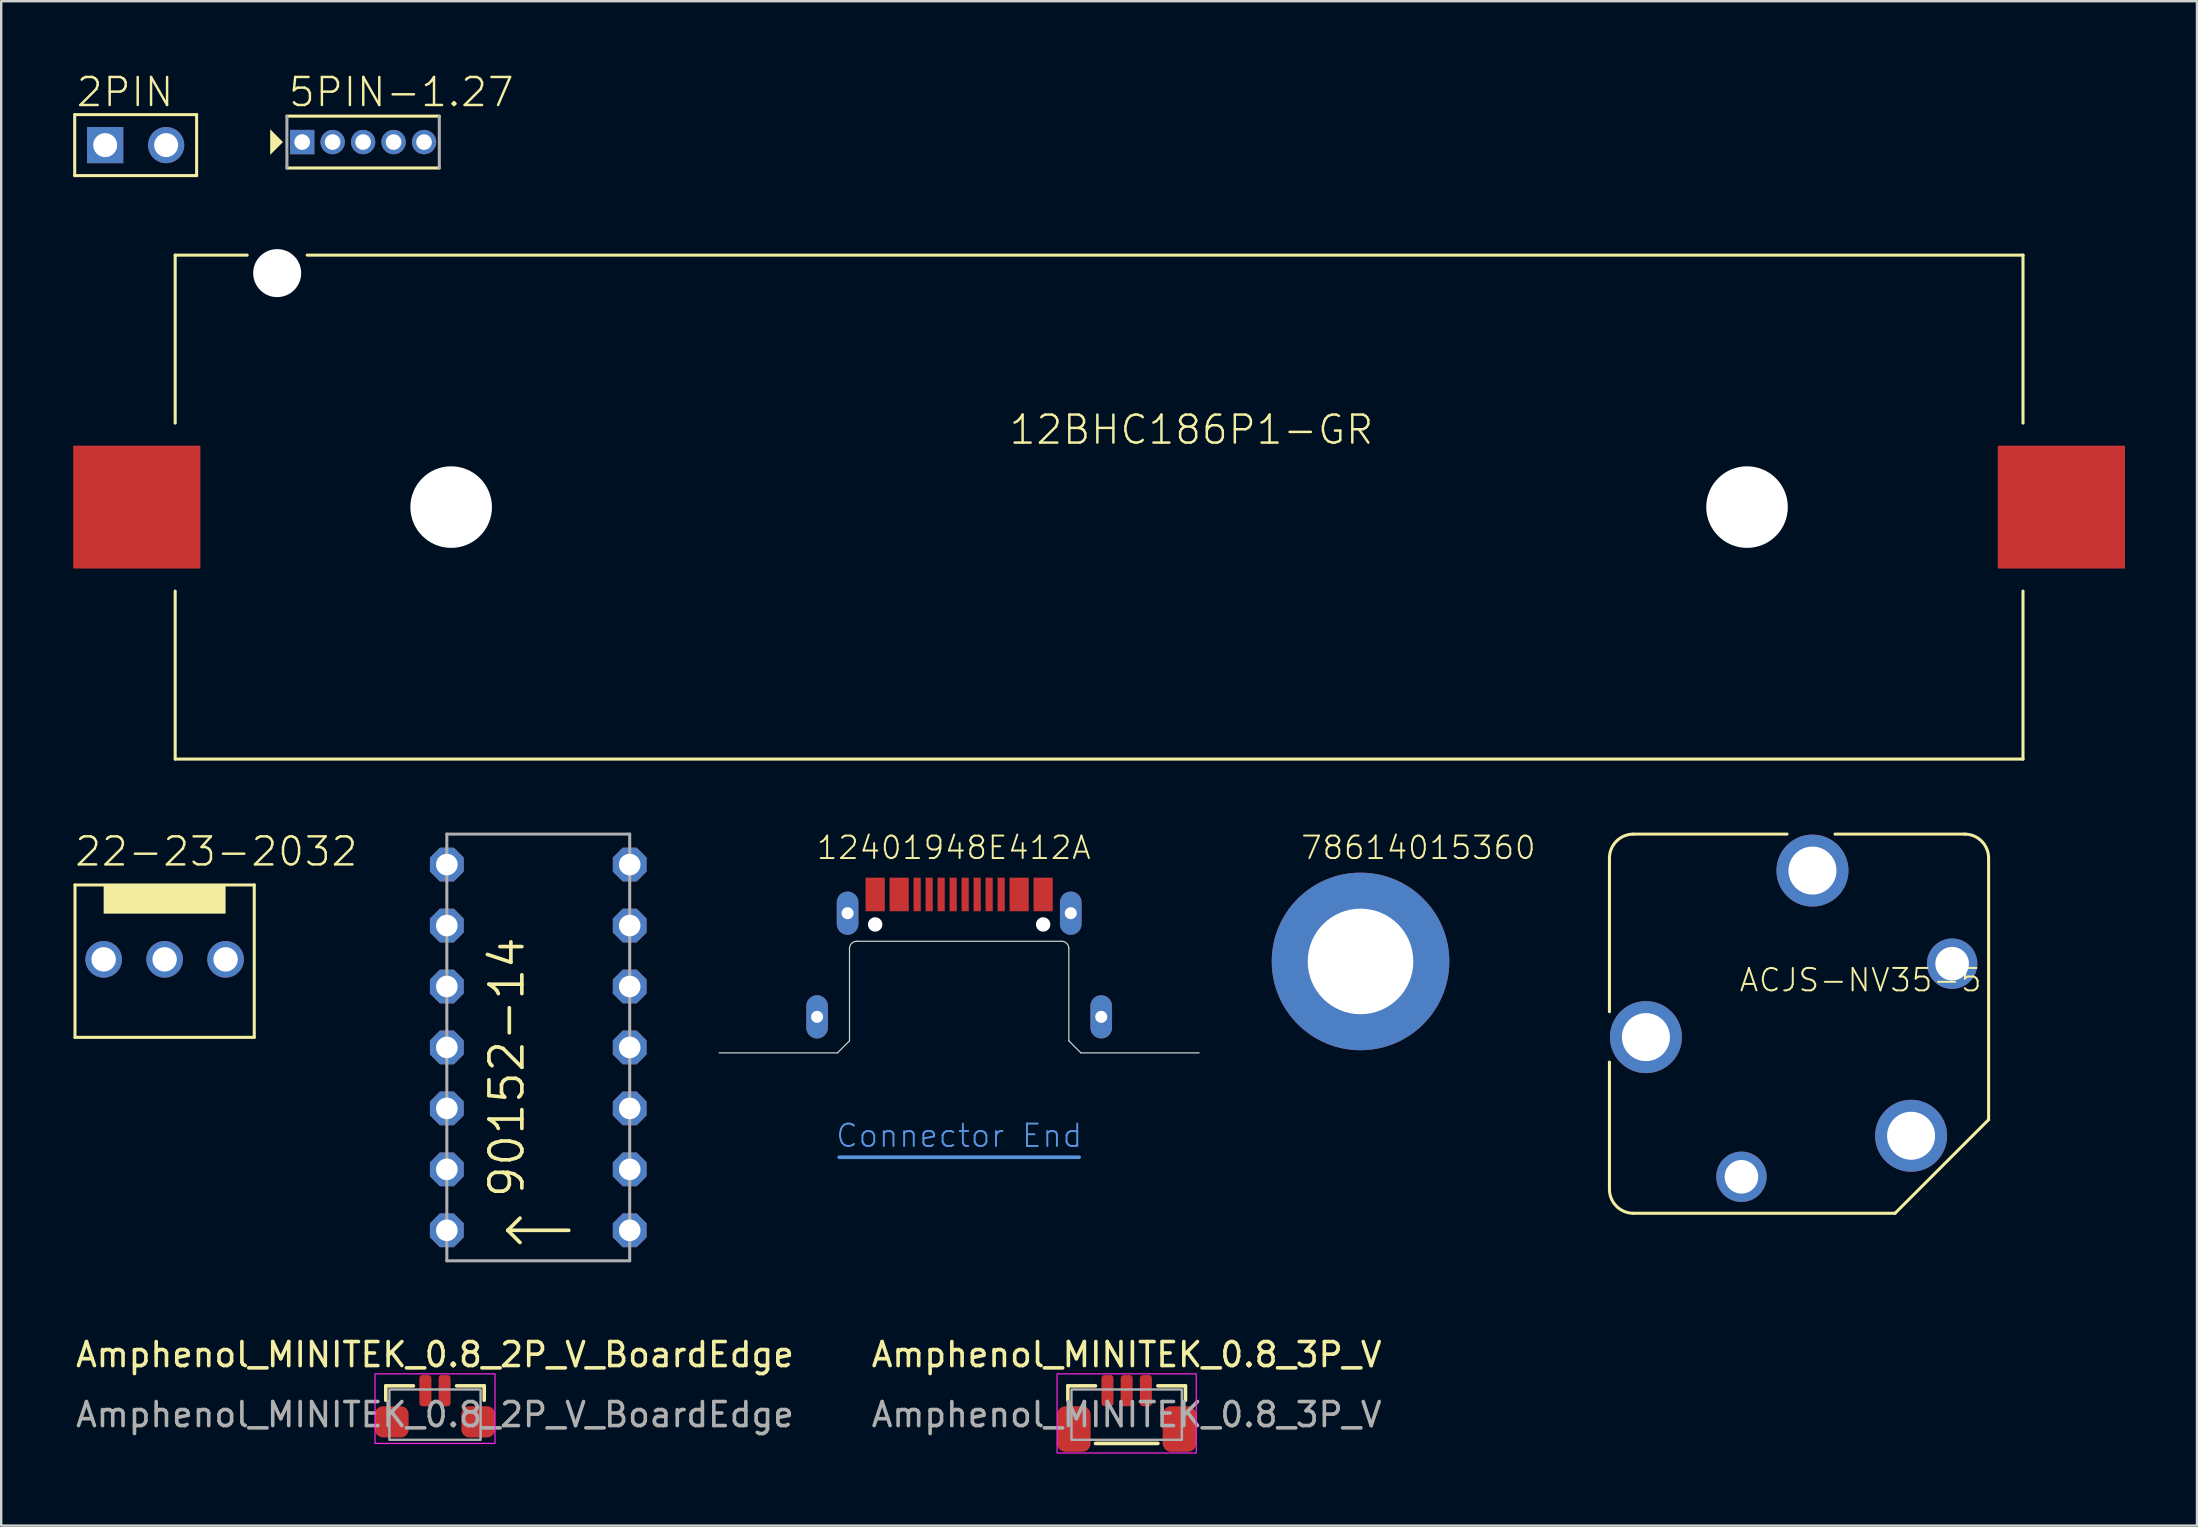
<source format=kicad_pcb>
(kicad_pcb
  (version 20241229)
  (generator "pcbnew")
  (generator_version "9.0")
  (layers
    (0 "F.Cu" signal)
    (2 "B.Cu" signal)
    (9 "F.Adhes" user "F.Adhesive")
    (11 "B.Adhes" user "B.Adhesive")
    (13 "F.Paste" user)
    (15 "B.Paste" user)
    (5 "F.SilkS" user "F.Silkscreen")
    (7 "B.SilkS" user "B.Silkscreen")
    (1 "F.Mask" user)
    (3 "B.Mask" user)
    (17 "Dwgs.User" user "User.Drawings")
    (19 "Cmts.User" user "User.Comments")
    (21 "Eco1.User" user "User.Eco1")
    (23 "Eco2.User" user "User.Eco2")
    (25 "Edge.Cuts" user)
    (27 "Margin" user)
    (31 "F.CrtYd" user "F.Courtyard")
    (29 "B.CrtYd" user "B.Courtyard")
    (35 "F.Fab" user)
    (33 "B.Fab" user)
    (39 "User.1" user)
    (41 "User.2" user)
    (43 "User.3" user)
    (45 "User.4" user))
  (footprint "78614015360"
    (layer "F.Cu")
    (at 53.644 37.014)
    (property "Reference" "78614015360" (at -2.54 -4.191 0) (layer "F.SilkS") (effects (font (size 0.935 0.935) (thickness 0.081)) (justify left bottom)))
    (pad "M" thru_hole circle (at 0 0) (size 7.4 7.4) (drill 4.4) (layers "*.Cu" "*.Mask")))
  (footprint "12401948E412A"
    (layer "F.Cu")
    (at 36.919 40.823)
    (property "Reference" "12401948E412A" (at -6 -8 0) (layer "F.SilkS") (effects (font (size 0.935 0.935) (thickness 0.081)) (justify left bottom)))
    (fp_line (start -5 4.35) (end 5 4.35) (stroke (width 0.152) (type solid)) (layer "Cmts.User"))
    (fp_line (start -5.07 0) (end -10 0) (stroke (width 0.05) (type solid)) (layer "Edge.Cuts"))
    (fp_line (start -4.57 -0.5) (end -5.07 0) (stroke (width 0.05) (type solid)) (layer "Edge.Cuts"))
    (fp_line (start -4.57 -0.5) (end -4.57 -4.35) (stroke (width 0.05) (type solid)) (layer "Edge.Cuts"))
    (fp_line (start -4.27 -4.65) (end 4.27 -4.65) (stroke (width 0.05) (type solid)) (layer "Edge.Cuts"))
    (fp_line (start 4.57 -4.35) (end 4.57 -0.5) (stroke (width 0.05) (type solid)) (layer "Edge.Cuts"))
    (fp_line (start 4.57 -0.5) (end 5.07 0) (stroke (width 0.05) (type solid)) (layer "Edge.Cuts"))
    (fp_line (start 5.07 0) (end 10 0) (stroke (width 0.05) (type solid)) (layer "Edge.Cuts"))
    (fp_arc (start -4.57 -4.35) (mid -4.482132 -4.562132) (end -4.27 -4.65) (stroke (width 0.05) (type solid)) (layer "Edge.Cuts"))
    (fp_arc (start 4.27 -4.65) (mid 4.482132 -4.562132) (end 4.57 -4.35) (stroke (width 0.05) (type solid)) (layer "Edge.Cuts"))
    (fp_text user "Connector End" (at 0 4 0) (layer "Cmts.User") (effects (font (size 0.935 0.935) (thickness 0.081)) (justify bottom)))
    (pad "" np_thru_hole circle (at -3.5 -5.35) (size 0.6 0.6) (drill 0.6) (layers "*.Cu" "*.Mask"))
    (pad "" np_thru_hole circle (at 3.5 -5.35) (size 0.6 0.6) (drill 0.6) (layers "*.Cu" "*.Mask"))
    (pad "A1B12" smd rect (at -3.5 -6.6) (size 0.8 1.4) (layers "F.Cu" "F.Mask" "F.Paste"))
    (pad "A4B9" smd rect (at -2.5 -6.6) (size 0.8 1.4) (layers "F.Cu" "F.Mask" "F.Paste"))
    (pad "A5" smd rect (at -1.25 -6.6) (size 0.3 1.4) (layers "F.Cu" "F.Mask" "F.Paste"))
    (pad "A6" smd rect (at -0.25 -6.6) (size 0.3 1.4) (layers "F.Cu" "F.Mask" "F.Paste"))
    (pad "A7" smd rect (at 0.25 -6.6) (size 0.3 1.4) (layers "F.Cu" "F.Mask" "F.Paste"))
    (pad "A8" smd rect (at 1.25 -6.6) (size 0.3 1.4) (layers "F.Cu" "F.Mask" "F.Paste"))
    (pad "B1A12" smd rect (at 3.5 -6.6) (size 0.8 1.4) (layers "F.Cu" "F.Mask" "F.Paste"))
    (pad "B4A9" smd rect (at 2.5 -6.6) (size 0.8 1.4) (layers "F.Cu" "F.Mask" "F.Paste"))
    (pad "B5" smd rect (at 1.75 -6.6) (size 0.3 1.4) (layers "F.Cu" "F.Mask" "F.Paste"))
    (pad "B6" smd rect (at 0.75 -6.6) (size 0.3 1.4) (layers "F.Cu" "F.Mask" "F.Paste"))
    (pad "B7" smd rect (at -0.75 -6.6) (size 0.3 1.4) (layers "F.Cu" "F.Mask" "F.Paste"))
    (pad "B8" smd rect (at -1.75 -6.6) (size 0.3 1.4) (layers "F.Cu" "F.Mask" "F.Paste"))
    (pad "M1" thru_hole oval (at -5.92 -1.5 90) (size 1.8 0.9) (drill 0.5) (layers "*.Cu" "*.Mask"))
    (pad "M2" thru_hole oval (at 5.92 -1.5 90) (size 1.8 0.9) (drill 0.5) (layers "*.Cu" "*.Mask"))
    (pad "M3" thru_hole oval (at -4.65 -5.82 90) (size 1.8 0.9) (drill 0.5) (layers "*.Cu" "*.Mask"))
    (pad "M4" thru_hole oval (at 4.65 -5.82 90) (size 1.8 0.9) (drill 0.5) (layers "*.Cu" "*.Mask")))
  (footprint "2PIN"
    (layer "F.Cu")
    (at 2.603 2.997)
    (property "Reference" "2PIN" (at -2.54 -1.524 0) (layer "F.SilkS") (effects (font (size 1.168 1.168) (thickness 0.102)) (justify left bottom)))
    (fp_line (start -2.54 -1.27) (end -2.54 1.27) (stroke (width 0.127) (type solid)) (layer "F.SilkS"))
    (fp_line (start -2.54 1.27) (end 2.54 1.27) (stroke (width 0.127) (type solid)) (layer "F.SilkS"))
    (fp_line (start 2.54 -1.27) (end -2.54 -1.27) (stroke (width 0.127) (type solid)) (layer "F.SilkS"))
    (fp_line (start 2.54 1.27) (end 2.54 -1.27) (stroke (width 0.127) (type solid)) (layer "F.SilkS"))
    (pad "1" thru_hole rect (at -1.27 0) (size 1.508 1.508) (drill 1) (layers "*.Cu" "*.Mask"))
    (pad "2" thru_hole circle (at 1.27 0) (size 1.508 1.508) (drill 1) (layers "*.Cu" "*.Mask")))
  (footprint "ACJS-NV35-5"
    (layer "F.Cu")
    (at 71.917 39.608)
    (property "Reference" "ACJS-NV35-5" (at -2.54 -1.27 0) (layer "F.SilkS") (effects (font (size 0.935 0.935) (thickness 0.081)) (justify left bottom)))
    (fp_line (start -7.9 -0.5) (end -7.9 -6.9) (stroke (width 0.127) (type solid)) (layer "F.SilkS"))
    (fp_line (start -7.9 6.9) (end -7.9 1.6) (stroke (width 0.127) (type solid)) (layer "F.SilkS"))
    (fp_line (start -6.9 -7.9) (end -0.5 -7.9) (stroke (width 0.127) (type solid)) (layer "F.SilkS"))
    (fp_line (start 4 7.9) (end -6.9 7.9) (stroke (width 0.127) (type solid)) (layer "F.SilkS"))
    (fp_line (start 6.9 -7.9) (end 1.5 -7.9) (stroke (width 0.127) (type solid)) (layer "F.SilkS"))
    (fp_line (start 7.9 4) (end 4 7.9) (stroke (width 0.127) (type solid)) (layer "F.SilkS"))
    (fp_line (start 7.9 4) (end 7.9 -6.9) (stroke (width 0.127) (type solid)) (layer "F.SilkS"))
    (fp_arc (start -7.9 -6.9) (mid -7.607107 -7.607107) (end -6.9 -7.9) (stroke (width 0.127) (type solid)) (layer "F.SilkS"))
    (fp_arc (start -6.9 7.9) (mid -7.607107 7.607107) (end -7.9 6.9) (stroke (width 0.127) (type solid)) (layer "F.SilkS"))
    (fp_arc (start 6.9 -7.9) (mid 7.607107 -7.607107) (end 7.9 -6.9) (stroke (width 0.127) (type solid)) (layer "F.SilkS"))
    (pad "1" thru_hole circle (at 4.67 4.67) (size 3 3) (drill 2) (layers "*.Cu" "*.Mask"))
    (pad "2" thru_hole circle (at -2.4 6.38) (size 2.1 2.1) (drill 1.4) (layers "*.Cu" "*.Mask"))
    (pad "3" thru_hole circle (at -6.38 0.56) (size 3 3) (drill 2) (layers "*.Cu" "*.Mask"))
    (pad "4" thru_hole circle (at 0.56 -6.38) (size 3 3) (drill 2) (layers "*.Cu" "*.Mask"))
    (pad "5" thru_hole circle (at 6.38 -2.5) (size 2.1 2.1) (drill 1.4) (layers "*.Cu" "*.Mask")))
  (footprint "22-23-2032"
    (layer "F.Cu")
    (at 3.81 36.927)
    (property "Reference" "22-23-2032" (at -3.81 -3.81 0) (layer "F.SilkS") (effects (font (size 1.168 1.168) (thickness 0.102)) (justify left bottom)))
    (fp_line (start -3.735 -3.1) (end -3.735 3.25) (stroke (width 0.127) (type solid)) (layer "F.SilkS"))
    (fp_line (start -3.735 3.25) (end 3.735 3.25) (stroke (width 0.127) (type solid)) (layer "F.SilkS"))
    (fp_line (start 3.735 -3.1) (end -3.735 -3.1) (stroke (width 0.127) (type solid)) (layer "F.SilkS"))
    (fp_line (start 3.735 3.25) (end 3.735 -3.1) (stroke (width 0.127) (type solid)) (layer "F.SilkS"))
    (fp_poly (pts (xy -2.54 -1.905) (xy 2.54 -1.905) (xy 2.54 -3.1) (xy -2.54 -3.1)) (stroke (width 0) (type default)) (fill yes) (layer "F.SilkS"))
    (pad "1" thru_hole circle (at 2.54 0) (size 1.524 1.524) (drill 1.016) (layers "*.Cu" "*.Mask"))
    (pad "2" thru_hole circle (at 0 0) (size 1.524 1.524) (drill 1.016) (layers "*.Cu" "*.Mask"))
    (pad "3" thru_hole circle (at -2.54 0) (size 1.524 1.524) (drill 1.016) (layers "*.Cu" "*.Mask")))
  (footprint "90152-14"
    (layer "F.Cu")
    (at 19.38 39.328)
    (property "Reference" "90152-14" (at -0.508 7.62 90) (layer "F.SilkS") (effects (font (size 1.372 1.372) (thickness 0.152)) (justify left bottom)))
    (fp_line (start -1.27 8.89) (end -0.762 8.382) (stroke (width 0.152) (type solid)) (layer "F.SilkS"))
    (fp_line (start -1.27 8.89) (end -0.762 9.398) (stroke (width 0.152) (type solid)) (layer "F.SilkS"))
    (fp_line (start 1.27 8.89) (end -1.27 8.89) (stroke (width 0.152) (type solid)) (layer "F.SilkS"))
    (fp_line (start -3.81 -7.62) (end -3.81 10.16) (stroke (width 0.127) (type solid)) (layer "F.Fab"))
    (fp_line (start -3.81 10.16) (end 3.81 10.16) (stroke (width 0.127) (type solid)) (layer "F.Fab"))
    (fp_line (start 3.81 -7.62) (end -3.81 -7.62) (stroke (width 0.127) (type solid)) (layer "F.Fab"))
    (fp_line (start 3.81 10.16) (end 3.81 -7.62) (stroke (width 0.127) (type solid)) (layer "F.Fab"))
    (pad "1" thru_hole roundrect (at -3.81 8.89) (size 1.408 1.408) (drill 0.9) (layers "*.Cu" "*.Mask") (roundrect_rratio 0.25) (chamfer_ratio 0.293) (chamfer top_left top_right bottom_left bottom_right))
    (pad "2" thru_hole roundrect (at 3.81 8.89) (size 1.408 1.408) (drill 0.9) (layers "*.Cu" "*.Mask") (roundrect_rratio 0.25) (chamfer_ratio 0.293) (chamfer top_left top_right bottom_left bottom_right))
    (pad "3" thru_hole roundrect (at -3.81 6.35) (size 1.408 1.408) (drill 0.9) (layers "*.Cu" "*.Mask") (roundrect_rratio 0.25) (chamfer_ratio 0.293) (chamfer top_left top_right bottom_left bottom_right))
    (pad "4" thru_hole roundrect (at 3.81 6.35) (size 1.408 1.408) (drill 0.9) (layers "*.Cu" "*.Mask") (roundrect_rratio 0.25) (chamfer_ratio 0.293) (chamfer top_left top_right bottom_left bottom_right))
    (pad "5" thru_hole roundrect (at -3.81 3.81) (size 1.408 1.408) (drill 0.9) (layers "*.Cu" "*.Mask") (roundrect_rratio 0.25) (chamfer_ratio 0.293) (chamfer top_left top_right bottom_left bottom_right))
    (pad "6" thru_hole roundrect (at 3.81 3.81) (size 1.408 1.408) (drill 0.9) (layers "*.Cu" "*.Mask") (roundrect_rratio 0.25) (chamfer_ratio 0.293) (chamfer top_left top_right bottom_left bottom_right))
    (pad "7" thru_hole roundrect (at -3.81 1.27) (size 1.408 1.408) (drill 0.9) (layers "*.Cu" "*.Mask") (roundrect_rratio 0.25) (chamfer_ratio 0.293) (chamfer top_left top_right bottom_left bottom_right))
    (pad "8" thru_hole roundrect (at 3.81 1.27) (size 1.408 1.408) (drill 0.9) (layers "*.Cu" "*.Mask") (roundrect_rratio 0.25) (chamfer_ratio 0.293) (chamfer top_left top_right bottom_left bottom_right))
    (pad "9" thru_hole roundrect (at -3.81 -1.27) (size 1.408 1.408) (drill 0.9) (layers "*.Cu" "*.Mask") (roundrect_rratio 0.25) (chamfer_ratio 0.293) (chamfer top_left top_right bottom_left bottom_right))
    (pad "10" thru_hole roundrect (at 3.81 -1.27) (size 1.408 1.408) (drill 0.9) (layers "*.Cu" "*.Mask") (roundrect_rratio 0.25) (chamfer_ratio 0.293) (chamfer top_left top_right bottom_left bottom_right))
    (pad "11" thru_hole roundrect (at -3.81 -3.81) (size 1.408 1.408) (drill 0.9) (layers "*.Cu" "*.Mask") (roundrect_rratio 0.25) (chamfer_ratio 0.293) (chamfer top_left top_right bottom_left bottom_right))
    (pad "12" thru_hole roundrect (at 3.81 -3.81) (size 1.408 1.408) (drill 0.9) (layers "*.Cu" "*.Mask") (roundrect_rratio 0.25) (chamfer_ratio 0.293) (chamfer top_left top_right bottom_left bottom_right))
    (pad "13" thru_hole roundrect (at -3.81 -6.35) (size 1.408 1.408) (drill 0.9) (layers "*.Cu" "*.Mask") (roundrect_rratio 0.25) (chamfer_ratio 0.293) (chamfer top_left top_right bottom_left bottom_right))
    (pad "14" thru_hole roundrect (at 3.81 -6.35) (size 1.408 1.408) (drill 0.9) (layers "*.Cu" "*.Mask") (roundrect_rratio 0.25) (chamfer_ratio 0.293) (chamfer top_left top_right bottom_left bottom_right)))
  (footprint "12BHC186P1-GR"
    (layer "F.Cu")
    (at 42.75 18.081)
    (property "Reference" "12BHC186P1-GR" (at -3.81 -2.54 0) (layer "F.SilkS") (effects (font (size 1.168 1.168) (thickness 0.102)) (justify left bottom)))
    (fp_line (start -38.5 -10.5) (end -38.5 -3.5) (stroke (width 0.127) (type solid)) (layer "F.SilkS"))
    (fp_line (start -38.5 -10.5) (end -35.5 -10.5) (stroke (width 0.127) (type solid)) (layer "F.SilkS"))
    (fp_line (start -38.5 10.5) (end -38.5 3.5) (stroke (width 0.127) (type solid)) (layer "F.SilkS"))
    (fp_line (start -33 -10.5) (end 38.5 -10.5) (stroke (width 0.127) (type solid)) (layer "F.SilkS"))
    (fp_line (start 38.5 -10.5) (end 38.5 -3.5) (stroke (width 0.127) (type solid)) (layer "F.SilkS"))
    (fp_line (start 38.5 10.5) (end -38.5 10.5) (stroke (width 0.127) (type solid)) (layer "F.SilkS"))
    (fp_line (start 38.5 10.5) (end 38.5 3.5) (stroke (width 0.127) (type solid)) (layer "F.SilkS"))
    (pad "" np_thru_hole circle (at -34.25 -9.75) (size 2 2) (drill 2) (layers "*.Cu" "*.Mask"))
    (pad "" np_thru_hole circle (at -27 0) (size 3.4 3.4) (drill 3.4) (layers "*.Cu" "*.Mask"))
    (pad "" np_thru_hole circle (at 27 0) (size 3.4 3.4) (drill 3.4) (layers "*.Cu" "*.Mask"))
    (pad "+" smd rect (at -40.1 0) (size 5.3 5.12) (layers "F.Cu" "F.Mask" "F.Paste"))
    (pad "-" smd rect (at 40.1 0) (size 5.3 5.12) (layers "F.Cu" "F.Mask" "F.Paste")))
  (footprint "5PIN-1.27"
    (layer "F.Cu")
    (at 12.081 2.87)
    (property "Reference" "5PIN-1.27" (at -3.175 -1.397 0) (layer "F.SilkS") (effects (font (size 1.168 1.168) (thickness 0.102)) (justify left bottom)))
    (fp_line (start -3.175 -1.08) (end 3.175 -1.08) (stroke (width 0.127) (type solid)) (layer "F.SilkS"))
    (fp_line (start 3.175 1.08) (end -3.175 1.08) (stroke (width 0.127) (type solid)) (layer "F.SilkS"))
    (fp_poly (pts (xy -3.339 0) (xy -3.873 0.534) (xy -3.873 -0.534)) (stroke (width 0) (type default)) (fill yes) (layer "F.SilkS"))
    (fp_line (start -3.175 1.08) (end -3.175 -1.08) (stroke (width 0.127) (type solid)) (layer "F.Fab"))
    (fp_line (start 3.175 -1.08) (end 3.175 1.08) (stroke (width 0.127) (type solid)) (layer "F.Fab"))
    (pad "1" thru_hole rect (at -2.54 0) (size 1.016 1.016) (drill 0.65) (layers "*.Cu" "*.Mask"))
    (pad "2" thru_hole circle (at -1.27 0) (size 1.016 1.016) (drill 0.65) (layers "*.Cu" "*.Mask"))
    (pad "3" thru_hole circle (at 0 0) (size 1.016 1.016) (drill 0.65) (layers "*.Cu" "*.Mask"))
    (pad "4" thru_hole circle (at 1.27 0) (size 1.016 1.016) (drill 0.65) (layers "*.Cu" "*.Mask"))
    (pad "5" thru_hole circle (at 2.54 0) (size 1.016 1.016) (drill 0.65) (layers "*.Cu" "*.Mask")))
  (footprint "Amphenol_MINITEK_0.8_3P_V"
    (layer "F.Cu")
    (at 43.899 55.899)
    (property "Reference" "Amphenol_MINITEK_0.8_3P_V" (at 0 -2.5 0) (layer "F.SilkS") (effects (font (size 1 1) (thickness 0.15))))
    (attr smd)
    (fp_line (start -2.45 -1.2) (end -1.3 -1.2) (stroke (width 0.15) (type default)) (layer "F.SilkS"))
    (fp_line (start -2.45 -0.6) (end -2.45 -1.2) (stroke (width 0.15) (type default)) (layer "F.SilkS"))
    (fp_line (start -1.3 1.2) (end 1.3 1.2) (stroke (width 0.15) (type default)) (layer "F.SilkS"))
    (fp_line (start 1.3 -1.2) (end 2.45 -1.2) (stroke (width 0.15) (type default)) (layer "F.SilkS"))
    (fp_line (start 2.45 -1.2) (end 2.45 -0.6) (stroke (width 0.15) (type default)) (layer "F.SilkS"))
    (fp_rect (start -2.9 -1.7) (end 2.9 1.6) (stroke (width 0.05) (type default)) (fill no) (layer "F.CrtYd"))
    (fp_rect (start -2.3 -1.05) (end 2.3 1.05) (stroke (width 0.1) (type default)) (fill no) (layer "F.Fab"))
    (fp_text user "${REFERENCE}" (at 0 0 0) (layer "F.Fab") (effects (font (size 1 1) (thickness 0.15))))
    (pad "1" smd roundrect (at 0.8 -1) (size 0.5 1.3) (layers "F.Cu" "F.Mask" "F.Paste") (roundrect_rratio 0.25))
    (pad "2" smd roundrect (at 0 -1) (size 0.5 1.3) (layers "F.Cu" "F.Mask" "F.Paste") (roundrect_rratio 0.25))
    (pad "3" smd roundrect (at -0.8 -1) (size 0.5 1.3) (layers "F.Cu" "F.Mask" "F.Paste") (roundrect_rratio 0.25))
    (pad "M" smd roundrect (at -2.2 0.6) (size 1.4 1.9) (layers "F.Cu" "F.Mask" "F.Paste") (roundrect_rratio 0.25))
    (pad "M" smd roundrect (at 2.2 0.6) (size 1.4 1.9) (layers "F.Cu" "F.Mask" "F.Paste") (roundrect_rratio 0.25)))
  (footprint "Amphenol_MINITEK_0.8_2P_V_BoardEdge"
    (layer "F.Cu")
    (at 15.077 55.899)
    (property "Reference" "Amphenol_MINITEK_0.8_2P_V_BoardEdge" (at 0 -2.5 0) (layer "F.SilkS") (effects (font (size 1 1) (thickness 0.15))))
    (attr smd)
    (fp_line (start -2.05 -1.2) (end -0.9 -1.2) (stroke (width 0.15) (type default)) (layer "F.SilkS"))
    (fp_line (start -2.05 -0.6) (end -2.05 -1.2) (stroke (width 0.15) (type default)) (layer "F.SilkS"))
    (fp_line (start 0.9 -1.2) (end 2.05 -1.2) (stroke (width 0.15) (type default)) (layer "F.SilkS"))
    (fp_line (start 2.05 -1.2) (end 2.05 -0.6) (stroke (width 0.15) (type default)) (layer "F.SilkS"))
    (fp_rect (start -2.5 -1.7) (end 2.5 1.2) (stroke (width 0.05) (type default)) (fill no) (layer "F.CrtYd"))
    (fp_rect (start -1.9 -1.05) (end 1.9 1.05) (stroke (width 0.1) (type default)) (fill no) (layer "F.Fab"))
    (fp_text user "${REFERENCE}" (at 0 0 0) (layer "F.Fab") (effects (font (size 1 1) (thickness 0.15))))
    (pad "1" smd roundrect (at 0.4 -1) (size 0.5 1.3) (layers "F.Cu" "F.Mask" "F.Paste") (roundrect_rratio 0.25))
    (pad "2" smd roundrect (at -0.4 -1) (size 0.5 1.3) (layers "F.Cu" "F.Mask" "F.Paste") (roundrect_rratio 0.25))
    (pad "M" smd roundrect (at -1.8 0.3) (size 1.4 1.3) (layers "F.Cu" "F.Mask" "F.Paste") (roundrect_rratio 0.25))
    (pad "M" smd roundrect (at 1.8 0.3) (size 1.4 1.3) (layers "F.Cu" "F.Mask" "F.Paste") (roundrect_rratio 0.25)))
  (gr_rect
    (start -3 -3)
    (end 88.5 60.524)
    (stroke (width 0.1) (type default))
    (fill no)
    (layer "Edge.Cuts")))
</source>
